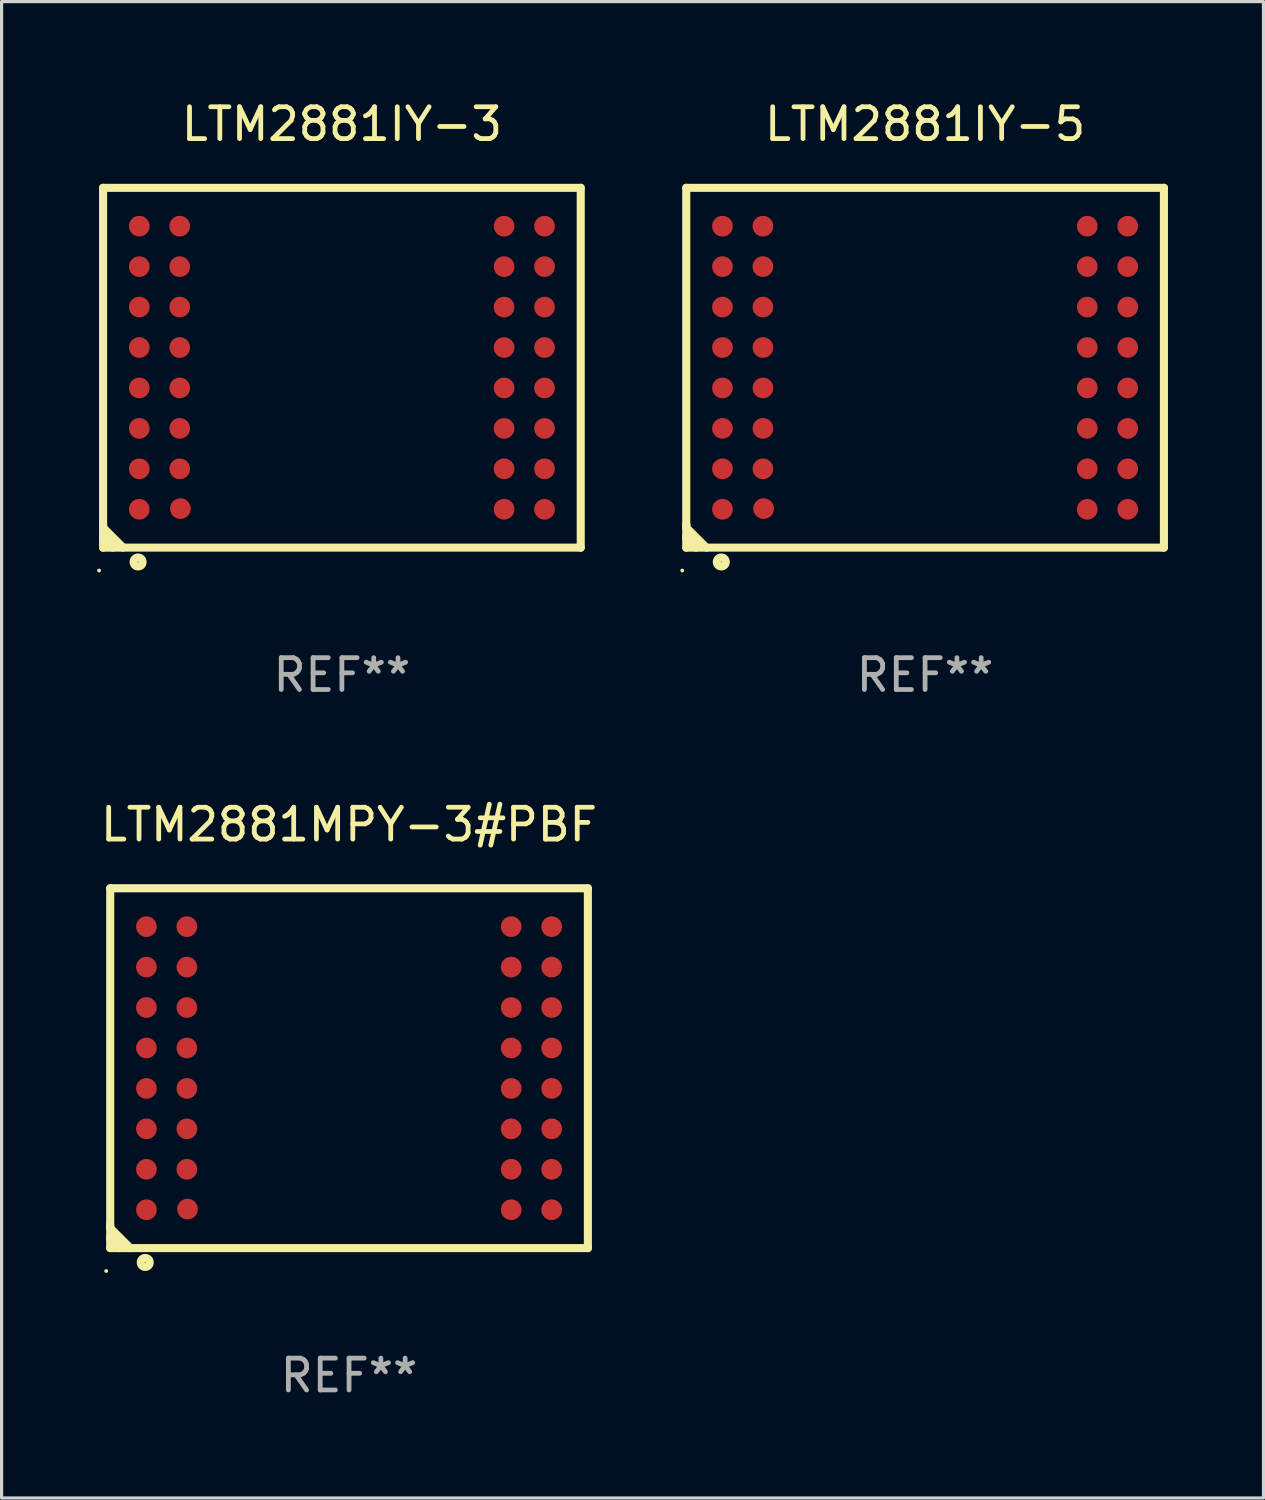
<source format=kicad_pcb>
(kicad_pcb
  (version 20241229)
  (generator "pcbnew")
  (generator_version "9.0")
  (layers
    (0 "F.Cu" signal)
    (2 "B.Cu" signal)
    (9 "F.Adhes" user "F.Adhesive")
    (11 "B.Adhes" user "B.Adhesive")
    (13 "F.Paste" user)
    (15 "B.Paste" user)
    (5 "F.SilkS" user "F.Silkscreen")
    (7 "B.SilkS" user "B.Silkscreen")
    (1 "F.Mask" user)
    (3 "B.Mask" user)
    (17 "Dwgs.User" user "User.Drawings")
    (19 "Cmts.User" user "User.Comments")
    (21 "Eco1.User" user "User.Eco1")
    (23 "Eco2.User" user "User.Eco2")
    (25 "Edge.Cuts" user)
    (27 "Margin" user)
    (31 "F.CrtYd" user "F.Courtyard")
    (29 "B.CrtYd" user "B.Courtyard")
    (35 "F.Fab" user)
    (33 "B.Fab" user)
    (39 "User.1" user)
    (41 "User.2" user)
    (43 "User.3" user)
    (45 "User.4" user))
  (footprint "LTM2881MPY-3#PBF"
    (layer "F.Cu")
    (at 7.911 30.495)
    (property "Reference" "LTM2881MPY-3#PBF" (at 0 -7.65 0) (layer "F.SilkS") (effects (font (size 1 1) (thickness 0.15))))
    (attr through_hole)
    (fp_line (start -7.5 -5.65) (end -7.5 5.65) (stroke (width 0.254) (type solid)) (layer "F.SilkS"))
    (fp_line (start -7.5 -5.65) (end 7.5 -5.65) (stroke (width 0.254) (type solid)) (layer "F.SilkS"))
    (fp_line (start -7.5 4.911) (end -7.5 5.02) (stroke (width 0.254) (type solid)) (layer "F.SilkS"))
    (fp_line (start -7.5 5.02) (end -6.87 5.65) (stroke (width 0.254) (type solid)) (layer "F.SilkS"))
    (fp_line (start -7.5 5.286) (end -7.5 5.347) (stroke (width 0.254) (type solid)) (layer "F.SilkS"))
    (fp_line (start -7.5 5.347) (end -7.197 5.65) (stroke (width 0.254) (type solid)) (layer "F.SilkS"))
    (fp_line (start -7.5 5.65) (end 7.5 5.65) (stroke (width 0.254) (type solid)) (layer "F.SilkS"))
    (fp_line (start 7.5 -5.65) (end 7.5 5.65) (stroke (width 0.254) (type solid)) (layer "F.SilkS"))
    (fp_circle (center -7.627 6.369) (end -7.597 6.369) (stroke (width 0.06) (type solid)) (fill no) (layer "F.SilkS"))
    (fp_circle (center -6.4 6.1) (end -6.259 6.1) (stroke (width 0.254) (type solid)) (fill no) (layer "F.SilkS"))
    (fp_text user "REF**" (at 0 9.65 0) (layer "F.Fab") (effects (font (size 1 1) (thickness 0.15))))
    (pad "A1" smd circle (at -6.363 4.445) (size 0.65 0.65) (layers "F.Cu" "F.Mask" "F.Paste"))
    (pad "A2" smd circle (at -6.363 3.175) (size 0.65 0.65) (layers "F.Cu" "F.Mask" "F.Paste"))
    (pad "A3" smd circle (at -6.363 1.905) (size 0.65 0.65) (layers "F.Cu" "F.Mask" "F.Paste"))
    (pad "A4" smd circle (at -6.363 0.635) (size 0.65 0.65) (layers "F.Cu" "F.Mask" "F.Paste"))
    (pad "A5" smd circle (at -6.363 -0.635) (size 0.65 0.65) (layers "F.Cu" "F.Mask" "F.Paste"))
    (pad "A6" smd circle (at -6.363 -1.905) (size 0.65 0.65) (layers "F.Cu" "F.Mask" "F.Paste"))
    (pad "A7" smd circle (at -6.363 -3.175) (size 0.65 0.65) (layers "F.Cu" "F.Mask" "F.Paste"))
    (pad "A8" smd circle (at -6.363 -4.445) (size 0.65 0.65) (layers "F.Cu" "F.Mask" "F.Paste"))
    (pad "B1" smd circle (at -5.072 4.425) (size 0.65 0.65) (layers "F.Cu" "F.Mask" "F.Paste"))
    (pad "B2" smd circle (at -5.093 3.175) (size 0.65 0.65) (layers "F.Cu" "F.Mask" "F.Paste"))
    (pad "B3" smd circle (at -5.093 1.905) (size 0.65 0.65) (layers "F.Cu" "F.Mask" "F.Paste"))
    (pad "B4" smd circle (at -5.093 0.635) (size 0.65 0.65) (layers "F.Cu" "F.Mask" "F.Paste"))
    (pad "B5" smd circle (at -5.093 -0.635) (size 0.65 0.65) (layers "F.Cu" "F.Mask" "F.Paste"))
    (pad "B6" smd circle (at -5.093 -1.905) (size 0.65 0.65) (layers "F.Cu" "F.Mask" "F.Paste"))
    (pad "B7" smd circle (at -5.093 -3.175) (size 0.65 0.65) (layers "F.Cu" "F.Mask" "F.Paste"))
    (pad "B8" smd circle (at -5.093 -4.445) (size 0.65 0.65) (layers "F.Cu" "F.Mask" "F.Paste"))
    (pad "K1" smd circle (at 5.093 4.445) (size 0.65 0.65) (layers "F.Cu" "F.Mask" "F.Paste"))
    (pad "K2" smd circle (at 5.093 3.175) (size 0.65 0.65) (layers "F.Cu" "F.Mask" "F.Paste"))
    (pad "K3" smd circle (at 5.093 1.905) (size 0.65 0.65) (layers "F.Cu" "F.Mask" "F.Paste"))
    (pad "K4" smd circle (at 5.093 0.635) (size 0.65 0.65) (layers "F.Cu" "F.Mask" "F.Paste"))
    (pad "K5" smd circle (at 5.093 -0.635) (size 0.65 0.65) (layers "F.Cu" "F.Mask" "F.Paste"))
    (pad "K6" smd circle (at 5.093 -1.905) (size 0.65 0.65) (layers "F.Cu" "F.Mask" "F.Paste"))
    (pad "K7" smd circle (at 5.093 -3.175) (size 0.65 0.65) (layers "F.Cu" "F.Mask" "F.Paste"))
    (pad "K8" smd circle (at 5.093 -4.445) (size 0.65 0.65) (layers "F.Cu" "F.Mask" "F.Paste"))
    (pad "L1" smd circle (at 6.363 4.445) (size 0.65 0.65) (layers "F.Cu" "F.Mask" "F.Paste"))
    (pad "L2" smd circle (at 6.363 3.175) (size 0.65 0.65) (layers "F.Cu" "F.Mask" "F.Paste"))
    (pad "L3" smd circle (at 6.363 1.905) (size 0.65 0.65) (layers "F.Cu" "F.Mask" "F.Paste"))
    (pad "L4" smd circle (at 6.363 0.635) (size 0.65 0.65) (layers "F.Cu" "F.Mask" "F.Paste"))
    (pad "L5" smd circle (at 6.363 -0.635) (size 0.65 0.65) (layers "F.Cu" "F.Mask" "F.Paste"))
    (pad "L6" smd circle (at 6.363 -1.905) (size 0.65 0.65) (layers "F.Cu" "F.Mask" "F.Paste"))
    (pad "L7" smd circle (at 6.363 -3.175) (size 0.65 0.65) (layers "F.Cu" "F.Mask" "F.Paste"))
    (pad "L8" smd circle (at 6.363 -4.445) (size 0.65 0.65) (layers "F.Cu" "F.Mask" "F.Paste")))
  (footprint "LTM2881IY-3"
    (layer "F.Cu")
    (at 7.687 8.498)
    (property "Reference" "LTM2881IY-3" (at 0 -7.65 0) (layer "F.SilkS") (effects (font (size 1 1) (thickness 0.15))))
    (attr through_hole)
    (fp_line (start -7.5 -5.65) (end -7.5 5.65) (stroke (width 0.254) (type solid)) (layer "F.SilkS"))
    (fp_line (start -7.5 -5.65) (end 7.5 -5.65) (stroke (width 0.254) (type solid)) (layer "F.SilkS"))
    (fp_line (start -7.5 4.911) (end -7.5 5.02) (stroke (width 0.254) (type solid)) (layer "F.SilkS"))
    (fp_line (start -7.5 5.02) (end -6.87 5.65) (stroke (width 0.254) (type solid)) (layer "F.SilkS"))
    (fp_line (start -7.5 5.286) (end -7.5 5.347) (stroke (width 0.254) (type solid)) (layer "F.SilkS"))
    (fp_line (start -7.5 5.347) (end -7.197 5.65) (stroke (width 0.254) (type solid)) (layer "F.SilkS"))
    (fp_line (start -7.5 5.65) (end 7.5 5.65) (stroke (width 0.254) (type solid)) (layer "F.SilkS"))
    (fp_line (start 7.5 -5.65) (end 7.5 5.65) (stroke (width 0.254) (type solid)) (layer "F.SilkS"))
    (fp_circle (center -7.627 6.369) (end -7.597 6.369) (stroke (width 0.06) (type solid)) (fill no) (layer "F.SilkS"))
    (fp_circle (center -6.4 6.1) (end -6.259 6.1) (stroke (width 0.254) (type solid)) (fill no) (layer "F.SilkS"))
    (fp_text user "REF**" (at 0 9.65 0) (layer "F.Fab") (effects (font (size 1 1) (thickness 0.15))))
    (pad "A1" smd circle (at -6.363 4.445) (size 0.65 0.65) (layers "F.Cu" "F.Mask" "F.Paste"))
    (pad "A2" smd circle (at -6.363 3.175) (size 0.65 0.65) (layers "F.Cu" "F.Mask" "F.Paste"))
    (pad "A3" smd circle (at -6.363 1.905) (size 0.65 0.65) (layers "F.Cu" "F.Mask" "F.Paste"))
    (pad "A4" smd circle (at -6.363 0.635) (size 0.65 0.65) (layers "F.Cu" "F.Mask" "F.Paste"))
    (pad "A5" smd circle (at -6.363 -0.635) (size 0.65 0.65) (layers "F.Cu" "F.Mask" "F.Paste"))
    (pad "A6" smd circle (at -6.363 -1.905) (size 0.65 0.65) (layers "F.Cu" "F.Mask" "F.Paste"))
    (pad "A7" smd circle (at -6.363 -3.175) (size 0.65 0.65) (layers "F.Cu" "F.Mask" "F.Paste"))
    (pad "A8" smd circle (at -6.363 -4.445) (size 0.65 0.65) (layers "F.Cu" "F.Mask" "F.Paste"))
    (pad "B1" smd circle (at -5.072 4.425) (size 0.65 0.65) (layers "F.Cu" "F.Mask" "F.Paste"))
    (pad "B2" smd circle (at -5.093 3.175) (size 0.65 0.65) (layers "F.Cu" "F.Mask" "F.Paste"))
    (pad "B3" smd circle (at -5.093 1.905) (size 0.65 0.65) (layers "F.Cu" "F.Mask" "F.Paste"))
    (pad "B4" smd circle (at -5.093 0.635) (size 0.65 0.65) (layers "F.Cu" "F.Mask" "F.Paste"))
    (pad "B5" smd circle (at -5.093 -0.635) (size 0.65 0.65) (layers "F.Cu" "F.Mask" "F.Paste"))
    (pad "B6" smd circle (at -5.093 -1.905) (size 0.65 0.65) (layers "F.Cu" "F.Mask" "F.Paste"))
    (pad "B7" smd circle (at -5.093 -3.175) (size 0.65 0.65) (layers "F.Cu" "F.Mask" "F.Paste"))
    (pad "B8" smd circle (at -5.093 -4.445) (size 0.65 0.65) (layers "F.Cu" "F.Mask" "F.Paste"))
    (pad "K1" smd circle (at 5.093 4.445) (size 0.65 0.65) (layers "F.Cu" "F.Mask" "F.Paste"))
    (pad "K2" smd circle (at 5.093 3.175) (size 0.65 0.65) (layers "F.Cu" "F.Mask" "F.Paste"))
    (pad "K3" smd circle (at 5.093 1.905) (size 0.65 0.65) (layers "F.Cu" "F.Mask" "F.Paste"))
    (pad "K4" smd circle (at 5.093 0.635) (size 0.65 0.65) (layers "F.Cu" "F.Mask" "F.Paste"))
    (pad "K5" smd circle (at 5.093 -0.635) (size 0.65 0.65) (layers "F.Cu" "F.Mask" "F.Paste"))
    (pad "K6" smd circle (at 5.093 -1.905) (size 0.65 0.65) (layers "F.Cu" "F.Mask" "F.Paste"))
    (pad "K7" smd circle (at 5.093 -3.175) (size 0.65 0.65) (layers "F.Cu" "F.Mask" "F.Paste"))
    (pad "K8" smd circle (at 5.093 -4.445) (size 0.65 0.65) (layers "F.Cu" "F.Mask" "F.Paste"))
    (pad "L1" smd circle (at 6.363 4.445) (size 0.65 0.65) (layers "F.Cu" "F.Mask" "F.Paste"))
    (pad "L2" smd circle (at 6.363 3.175) (size 0.65 0.65) (layers "F.Cu" "F.Mask" "F.Paste"))
    (pad "L3" smd circle (at 6.363 1.905) (size 0.65 0.65) (layers "F.Cu" "F.Mask" "F.Paste"))
    (pad "L4" smd circle (at 6.363 0.635) (size 0.65 0.65) (layers "F.Cu" "F.Mask" "F.Paste"))
    (pad "L5" smd circle (at 6.363 -0.635) (size 0.65 0.65) (layers "F.Cu" "F.Mask" "F.Paste"))
    (pad "L6" smd circle (at 6.363 -1.905) (size 0.65 0.65) (layers "F.Cu" "F.Mask" "F.Paste"))
    (pad "L7" smd circle (at 6.363 -3.175) (size 0.65 0.65) (layers "F.Cu" "F.Mask" "F.Paste"))
    (pad "L8" smd circle (at 6.363 -4.445) (size 0.65 0.65) (layers "F.Cu" "F.Mask" "F.Paste")))
  (footprint "LTM2881IY-5"
    (layer "F.Cu")
    (at 26.001 8.498)
    (property "Reference" "LTM2881IY-5" (at 0 -7.65 0) (layer "F.SilkS") (effects (font (size 1 1) (thickness 0.15))))
    (attr through_hole)
    (fp_line (start -7.5 -5.65) (end -7.5 5.65) (stroke (width 0.254) (type solid)) (layer "F.SilkS"))
    (fp_line (start -7.5 -5.65) (end 7.5 -5.65) (stroke (width 0.254) (type solid)) (layer "F.SilkS"))
    (fp_line (start -7.5 4.911) (end -7.5 5.02) (stroke (width 0.254) (type solid)) (layer "F.SilkS"))
    (fp_line (start -7.5 5.02) (end -6.87 5.65) (stroke (width 0.254) (type solid)) (layer "F.SilkS"))
    (fp_line (start -7.5 5.286) (end -7.5 5.347) (stroke (width 0.254) (type solid)) (layer "F.SilkS"))
    (fp_line (start -7.5 5.347) (end -7.197 5.65) (stroke (width 0.254) (type solid)) (layer "F.SilkS"))
    (fp_line (start -7.5 5.65) (end 7.5 5.65) (stroke (width 0.254) (type solid)) (layer "F.SilkS"))
    (fp_line (start 7.5 -5.65) (end 7.5 5.65) (stroke (width 0.254) (type solid)) (layer "F.SilkS"))
    (fp_circle (center -7.627 6.369) (end -7.597 6.369) (stroke (width 0.06) (type solid)) (fill no) (layer "F.SilkS"))
    (fp_circle (center -6.4 6.1) (end -6.259 6.1) (stroke (width 0.254) (type solid)) (fill no) (layer "F.SilkS"))
    (fp_text user "REF**" (at 0 9.65 0) (layer "F.Fab") (effects (font (size 1 1) (thickness 0.15))))
    (pad "A1" smd circle (at -6.363 4.445) (size 0.65 0.65) (layers "F.Cu" "F.Mask" "F.Paste"))
    (pad "A2" smd circle (at -6.363 3.175) (size 0.65 0.65) (layers "F.Cu" "F.Mask" "F.Paste"))
    (pad "A3" smd circle (at -6.363 1.905) (size 0.65 0.65) (layers "F.Cu" "F.Mask" "F.Paste"))
    (pad "A4" smd circle (at -6.363 0.635) (size 0.65 0.65) (layers "F.Cu" "F.Mask" "F.Paste"))
    (pad "A5" smd circle (at -6.363 -0.635) (size 0.65 0.65) (layers "F.Cu" "F.Mask" "F.Paste"))
    (pad "A6" smd circle (at -6.363 -1.905) (size 0.65 0.65) (layers "F.Cu" "F.Mask" "F.Paste"))
    (pad "A7" smd circle (at -6.363 -3.175) (size 0.65 0.65) (layers "F.Cu" "F.Mask" "F.Paste"))
    (pad "A8" smd circle (at -6.363 -4.445) (size 0.65 0.65) (layers "F.Cu" "F.Mask" "F.Paste"))
    (pad "B1" smd circle (at -5.072 4.425) (size 0.65 0.65) (layers "F.Cu" "F.Mask" "F.Paste"))
    (pad "B2" smd circle (at -5.093 3.175) (size 0.65 0.65) (layers "F.Cu" "F.Mask" "F.Paste"))
    (pad "B3" smd circle (at -5.093 1.905) (size 0.65 0.65) (layers "F.Cu" "F.Mask" "F.Paste"))
    (pad "B4" smd circle (at -5.093 0.635) (size 0.65 0.65) (layers "F.Cu" "F.Mask" "F.Paste"))
    (pad "B5" smd circle (at -5.093 -0.635) (size 0.65 0.65) (layers "F.Cu" "F.Mask" "F.Paste"))
    (pad "B6" smd circle (at -5.093 -1.905) (size 0.65 0.65) (layers "F.Cu" "F.Mask" "F.Paste"))
    (pad "B7" smd circle (at -5.093 -3.175) (size 0.65 0.65) (layers "F.Cu" "F.Mask" "F.Paste"))
    (pad "B8" smd circle (at -5.093 -4.445) (size 0.65 0.65) (layers "F.Cu" "F.Mask" "F.Paste"))
    (pad "K1" smd circle (at 5.093 4.445) (size 0.65 0.65) (layers "F.Cu" "F.Mask" "F.Paste"))
    (pad "K2" smd circle (at 5.093 3.175) (size 0.65 0.65) (layers "F.Cu" "F.Mask" "F.Paste"))
    (pad "K3" smd circle (at 5.093 1.905) (size 0.65 0.65) (layers "F.Cu" "F.Mask" "F.Paste"))
    (pad "K4" smd circle (at 5.093 0.635) (size 0.65 0.65) (layers "F.Cu" "F.Mask" "F.Paste"))
    (pad "K5" smd circle (at 5.093 -0.635) (size 0.65 0.65) (layers "F.Cu" "F.Mask" "F.Paste"))
    (pad "K6" smd circle (at 5.093 -1.905) (size 0.65 0.65) (layers "F.Cu" "F.Mask" "F.Paste"))
    (pad "K7" smd circle (at 5.093 -3.175) (size 0.65 0.65) (layers "F.Cu" "F.Mask" "F.Paste"))
    (pad "K8" smd circle (at 5.093 -4.445) (size 0.65 0.65) (layers "F.Cu" "F.Mask" "F.Paste"))
    (pad "L1" smd circle (at 6.363 4.445) (size 0.65 0.65) (layers "F.Cu" "F.Mask" "F.Paste"))
    (pad "L2" smd circle (at 6.363 3.175) (size 0.65 0.65) (layers "F.Cu" "F.Mask" "F.Paste"))
    (pad "L3" smd circle (at 6.363 1.905) (size 0.65 0.65) (layers "F.Cu" "F.Mask" "F.Paste"))
    (pad "L4" smd circle (at 6.363 0.635) (size 0.65 0.65) (layers "F.Cu" "F.Mask" "F.Paste"))
    (pad "L5" smd circle (at 6.363 -0.635) (size 0.65 0.65) (layers "F.Cu" "F.Mask" "F.Paste"))
    (pad "L6" smd circle (at 6.363 -1.905) (size 0.65 0.65) (layers "F.Cu" "F.Mask" "F.Paste"))
    (pad "L7" smd circle (at 6.363 -3.175) (size 0.65 0.65) (layers "F.Cu" "F.Mask" "F.Paste"))
    (pad "L8" smd circle (at 6.363 -4.445) (size 0.65 0.65) (layers "F.Cu" "F.Mask" "F.Paste")))
  (gr_rect
    (start -3 -3)
    (end 36.628 43.993)
    (stroke (width 0.1) (type default))
    (fill no)
    (layer "Edge.Cuts")))
</source>
